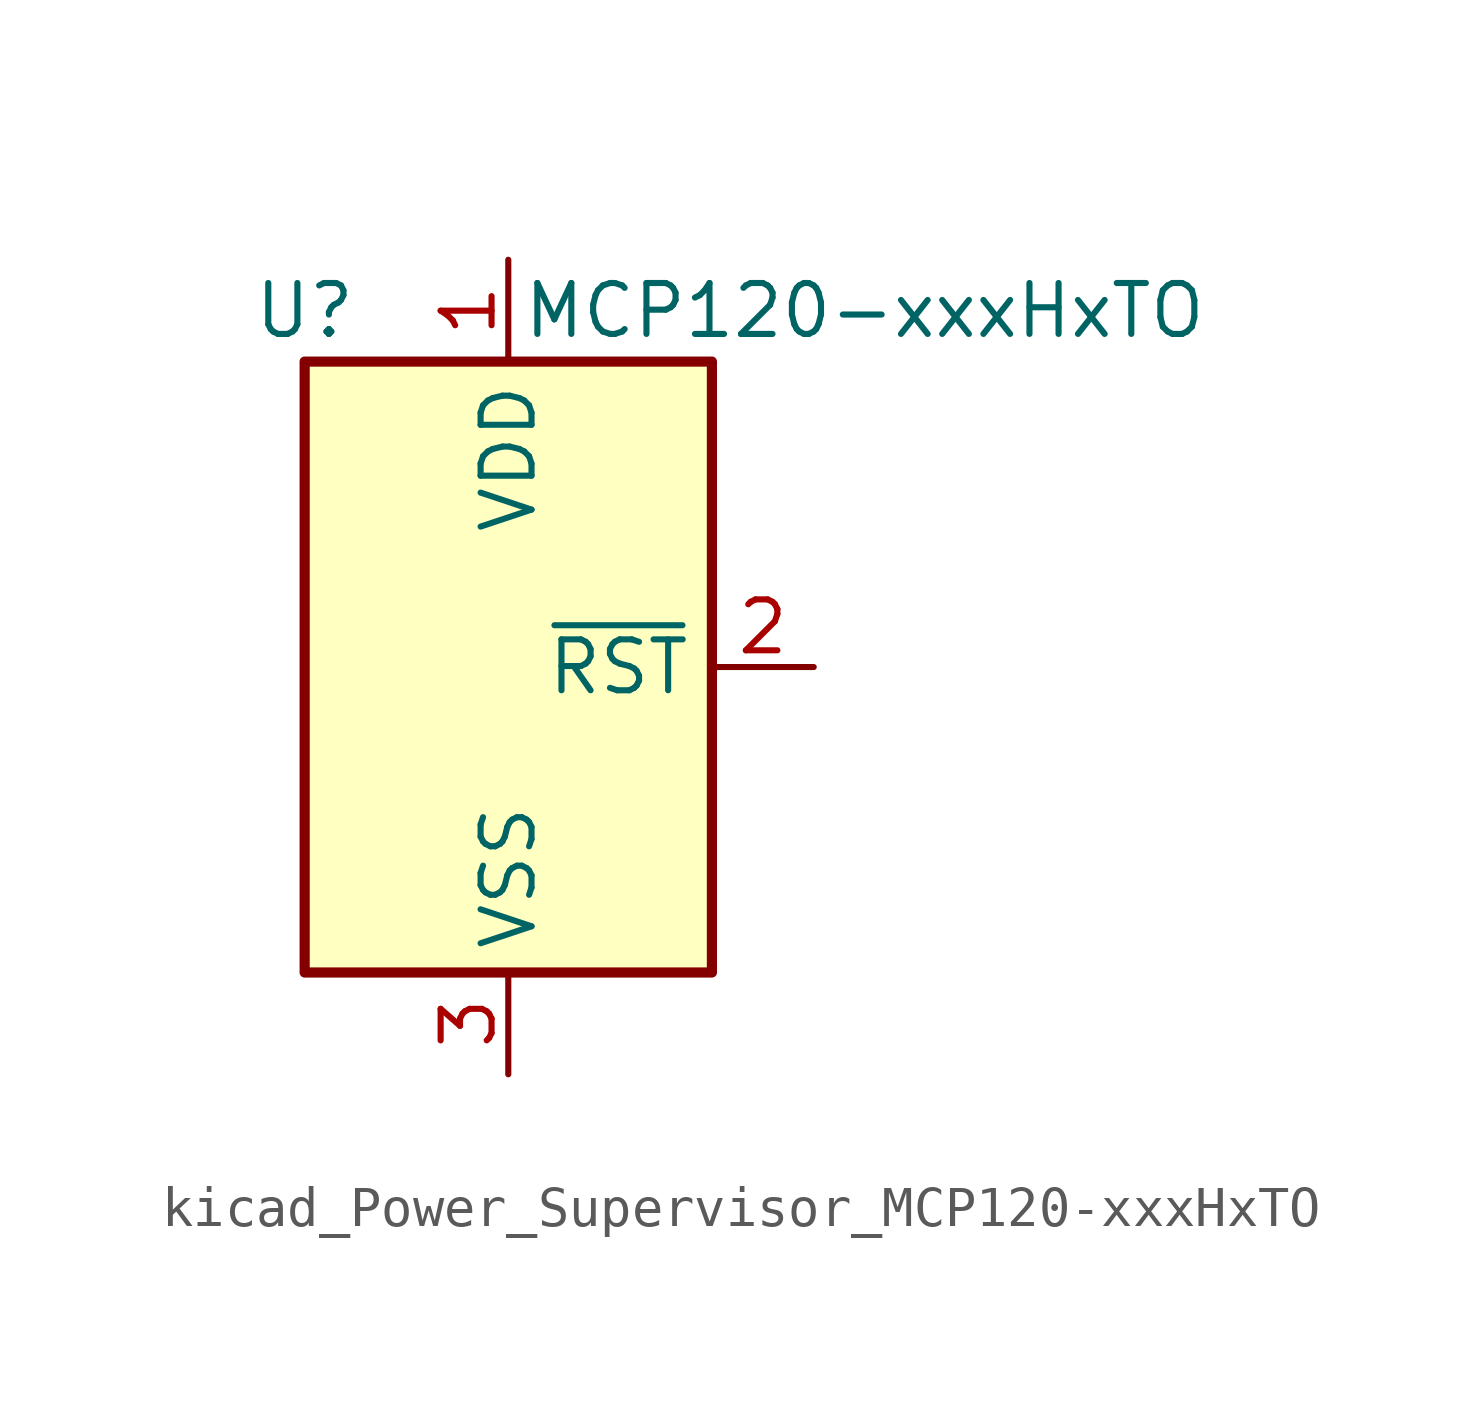
<source format=kicad_sym>
(kicad_symbol_lib
  (version 20220914)
  (generator kicad_symbol_editor)
  (symbol "kicad_Power_Supervisor_MCP120-xxxHxTO"
    (property "Reference" "U"
      (at -5.08 8.89 0)
      (effects (font (size 1.27 1.27))))
    (property "Value" "MCP120-xxxHxTO"
      (at 8.89 8.89 0)
      (effects (font (size 1.27 1.27))))
    (symbol "kicad_Power_Supervisor_MCP120-xxxHxTO_0_1"
      (rectangle (start 5.08 7.62) (end -5.08 -7.62) (stroke (width 0.254) (type default)) (fill (type background))))
    (symbol "kicad_Power_Supervisor_MCP120-xxxHxTO_1_1"
      (pin power_in line (at 0 10.16 270) (length 2.54) (name "VDD" (effects (font (size 1.27 1.27)))) (number "1" (effects (font (size 1.27 1.27)))))
      (pin open_collector line (at 7.62 0 180) (length 2.54) (name "~{RST}" (effects (font (size 1.27 1.27)))) (number "2" (effects (font (size 1.27 1.27)))))
      (pin power_in line (at 0 -10.16 90) (length 2.54) (name "VSS" (effects (font (size 1.27 1.27)))) (number "3" (effects (font (size 1.27 1.27))))))))
</source>
